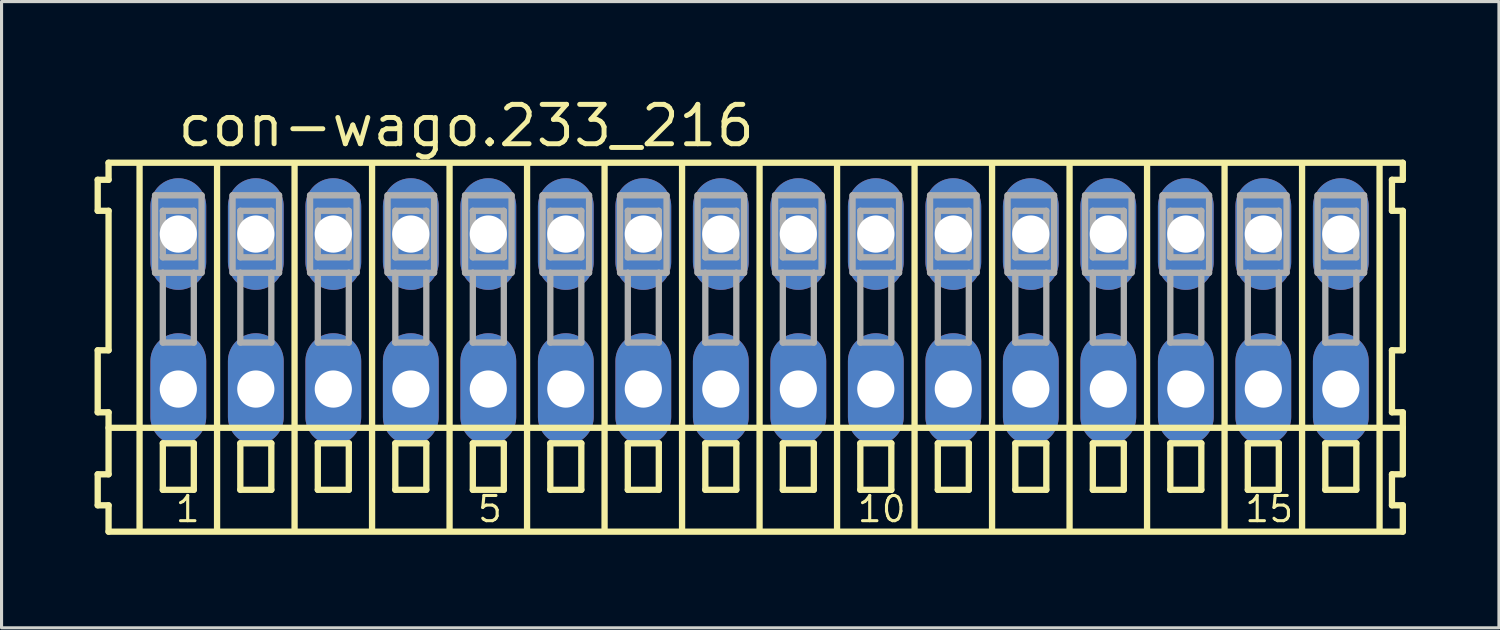
<source format=kicad_pcb>
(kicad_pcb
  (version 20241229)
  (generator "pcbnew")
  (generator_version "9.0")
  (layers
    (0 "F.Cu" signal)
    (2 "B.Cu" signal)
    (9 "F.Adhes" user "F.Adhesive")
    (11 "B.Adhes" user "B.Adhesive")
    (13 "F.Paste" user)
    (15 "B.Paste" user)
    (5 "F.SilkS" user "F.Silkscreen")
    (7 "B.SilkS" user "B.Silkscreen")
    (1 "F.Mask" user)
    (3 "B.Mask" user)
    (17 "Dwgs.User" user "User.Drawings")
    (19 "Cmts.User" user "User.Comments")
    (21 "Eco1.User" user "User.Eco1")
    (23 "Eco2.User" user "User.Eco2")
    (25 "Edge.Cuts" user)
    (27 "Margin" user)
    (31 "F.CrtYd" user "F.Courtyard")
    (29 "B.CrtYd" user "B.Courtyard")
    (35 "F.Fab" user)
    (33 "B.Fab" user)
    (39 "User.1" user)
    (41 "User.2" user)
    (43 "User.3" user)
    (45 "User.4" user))
  (footprint "con-wago.233_216"
    (layer "F.Cu")
    (at 21.452 7)
    (property "Reference" "con-wago.233_216" (at -18.85 -5.25 0) (layer "F.SilkS") (effects (font (size 1.27 1.27) (thickness 0.16)) (justify left bottom)))
    (attr through_hole)
    (fp_line (start -21.35 -4.25) (end -21.35 -3.25) (stroke (width 0.203) (type default)) (layer "F.SilkS"))
    (fp_line (start -21.35 -3.25) (end -21 -3.25) (stroke (width 0.203) (type default)) (layer "F.SilkS"))
    (fp_line (start -21.35 1.25) (end -21.35 3.25) (stroke (width 0.203) (type default)) (layer "F.SilkS"))
    (fp_line (start -21.35 3.25) (end -21 3.25) (stroke (width 0.203) (type default)) (layer "F.SilkS"))
    (fp_line (start -21.35 5.25) (end -21.35 6.25) (stroke (width 0.203) (type default)) (layer "F.SilkS"))
    (fp_line (start -21.35 6.25) (end -21 6.25) (stroke (width 0.203) (type default)) (layer "F.SilkS"))
    (fp_line (start -21 -4.8) (end -21 -4.25) (stroke (width 0.203) (type default)) (layer "F.SilkS"))
    (fp_line (start -21 -4.25) (end -21.35 -4.25) (stroke (width 0.203) (type default)) (layer "F.SilkS"))
    (fp_line (start -21 -3.25) (end -21 1.25) (stroke (width 0.203) (type default)) (layer "F.SilkS"))
    (fp_line (start -21 1.25) (end -21.35 1.25) (stroke (width 0.203) (type default)) (layer "F.SilkS"))
    (fp_line (start -21 3.25) (end -21 5.25) (stroke (width 0.203) (type default)) (layer "F.SilkS"))
    (fp_line (start -21 3.75) (end 20.75 3.75) (stroke (width 0.203) (type default)) (layer "F.SilkS"))
    (fp_line (start -21 5.25) (end -21.35 5.25) (stroke (width 0.203) (type default)) (layer "F.SilkS"))
    (fp_line (start -21 6.25) (end -21 7.1) (stroke (width 0.203) (type default)) (layer "F.SilkS"))
    (fp_line (start -21 7.1) (end 20.75 7.1) (stroke (width 0.203) (type default)) (layer "F.SilkS"))
    (fp_line (start -20 -4.75) (end -20 7) (stroke (width 0.203) (type default)) (layer "F.SilkS"))
    (fp_line (start -19.25 4.25) (end -19.25 5.75) (stroke (width 0.203) (type default)) (layer "F.SilkS"))
    (fp_line (start -19.25 5.75) (end -18.25 5.75) (stroke (width 0.203) (type default)) (layer "F.SilkS"))
    (fp_line (start -18.25 4.25) (end -19.25 4.25) (stroke (width 0.203) (type default)) (layer "F.SilkS"))
    (fp_line (start -18.25 5.75) (end -18.25 4.25) (stroke (width 0.203) (type default)) (layer "F.SilkS"))
    (fp_line (start -17.5 -4.75) (end -17.5 7) (stroke (width 0.203) (type default)) (layer "F.SilkS"))
    (fp_line (start -16.75 4.25) (end -16.75 5.75) (stroke (width 0.203) (type default)) (layer "F.SilkS"))
    (fp_line (start -16.75 5.75) (end -15.75 5.75) (stroke (width 0.203) (type default)) (layer "F.SilkS"))
    (fp_line (start -15.75 4.25) (end -16.75 4.25) (stroke (width 0.203) (type default)) (layer "F.SilkS"))
    (fp_line (start -15.75 5.75) (end -15.75 4.25) (stroke (width 0.203) (type default)) (layer "F.SilkS"))
    (fp_line (start -15 -4.75) (end -15 7) (stroke (width 0.203) (type default)) (layer "F.SilkS"))
    (fp_line (start -14.25 4.25) (end -14.25 5.75) (stroke (width 0.203) (type default)) (layer "F.SilkS"))
    (fp_line (start -14.25 5.75) (end -13.25 5.75) (stroke (width 0.203) (type default)) (layer "F.SilkS"))
    (fp_line (start -13.25 4.25) (end -14.25 4.25) (stroke (width 0.203) (type default)) (layer "F.SilkS"))
    (fp_line (start -13.25 5.75) (end -13.25 4.25) (stroke (width 0.203) (type default)) (layer "F.SilkS"))
    (fp_line (start -12.5 -4.75) (end -12.5 7) (stroke (width 0.203) (type default)) (layer "F.SilkS"))
    (fp_line (start -11.75 4.25) (end -11.75 5.75) (stroke (width 0.203) (type default)) (layer "F.SilkS"))
    (fp_line (start -11.75 5.75) (end -10.75 5.75) (stroke (width 0.203) (type default)) (layer "F.SilkS"))
    (fp_line (start -10.75 4.25) (end -11.75 4.25) (stroke (width 0.203) (type default)) (layer "F.SilkS"))
    (fp_line (start -10.75 5.75) (end -10.75 4.25) (stroke (width 0.203) (type default)) (layer "F.SilkS"))
    (fp_line (start -10 -4.75) (end -10 7) (stroke (width 0.203) (type default)) (layer "F.SilkS"))
    (fp_line (start -9.25 4.25) (end -9.25 5.75) (stroke (width 0.203) (type default)) (layer "F.SilkS"))
    (fp_line (start -9.25 5.75) (end -8.25 5.75) (stroke (width 0.203) (type default)) (layer "F.SilkS"))
    (fp_line (start -8.25 4.25) (end -9.25 4.25) (stroke (width 0.203) (type default)) (layer "F.SilkS"))
    (fp_line (start -8.25 5.75) (end -8.25 4.25) (stroke (width 0.203) (type default)) (layer "F.SilkS"))
    (fp_line (start -7.5 -4.75) (end -7.5 7) (stroke (width 0.203) (type default)) (layer "F.SilkS"))
    (fp_line (start -6.75 4.25) (end -6.75 5.75) (stroke (width 0.203) (type default)) (layer "F.SilkS"))
    (fp_line (start -6.75 5.75) (end -5.75 5.75) (stroke (width 0.203) (type default)) (layer "F.SilkS"))
    (fp_line (start -5.75 4.25) (end -6.75 4.25) (stroke (width 0.203) (type default)) (layer "F.SilkS"))
    (fp_line (start -5.75 5.75) (end -5.75 4.25) (stroke (width 0.203) (type default)) (layer "F.SilkS"))
    (fp_line (start -5 -4.75) (end -5 7) (stroke (width 0.203) (type default)) (layer "F.SilkS"))
    (fp_line (start -4.25 4.25) (end -4.25 5.75) (stroke (width 0.203) (type default)) (layer "F.SilkS"))
    (fp_line (start -4.25 5.75) (end -3.25 5.75) (stroke (width 0.203) (type default)) (layer "F.SilkS"))
    (fp_line (start -3.25 4.25) (end -4.25 4.25) (stroke (width 0.203) (type default)) (layer "F.SilkS"))
    (fp_line (start -3.25 5.75) (end -3.25 4.25) (stroke (width 0.203) (type default)) (layer "F.SilkS"))
    (fp_line (start -2.5 -4.75) (end -2.5 7) (stroke (width 0.203) (type default)) (layer "F.SilkS"))
    (fp_line (start -1.75 4.25) (end -1.75 5.75) (stroke (width 0.203) (type default)) (layer "F.SilkS"))
    (fp_line (start -1.75 5.75) (end -0.75 5.75) (stroke (width 0.203) (type default)) (layer "F.SilkS"))
    (fp_line (start -0.75 4.25) (end -1.75 4.25) (stroke (width 0.203) (type default)) (layer "F.SilkS"))
    (fp_line (start -0.75 5.75) (end -0.75 4.25) (stroke (width 0.203) (type default)) (layer "F.SilkS"))
    (fp_line (start 0 -4.75) (end 0 7) (stroke (width 0.203) (type default)) (layer "F.SilkS"))
    (fp_line (start 0.75 4.25) (end 0.75 5.75) (stroke (width 0.203) (type default)) (layer "F.SilkS"))
    (fp_line (start 0.75 5.75) (end 1.75 5.75) (stroke (width 0.203) (type default)) (layer "F.SilkS"))
    (fp_line (start 1.75 4.25) (end 0.75 4.25) (stroke (width 0.203) (type default)) (layer "F.SilkS"))
    (fp_line (start 1.75 5.75) (end 1.75 4.25) (stroke (width 0.203) (type default)) (layer "F.SilkS"))
    (fp_line (start 2.5 -4.75) (end 2.5 7) (stroke (width 0.203) (type default)) (layer "F.SilkS"))
    (fp_line (start 3.25 4.25) (end 3.25 5.75) (stroke (width 0.203) (type default)) (layer "F.SilkS"))
    (fp_line (start 3.25 5.75) (end 4.25 5.75) (stroke (width 0.203) (type default)) (layer "F.SilkS"))
    (fp_line (start 4.25 4.25) (end 3.25 4.25) (stroke (width 0.203) (type default)) (layer "F.SilkS"))
    (fp_line (start 4.25 5.75) (end 4.25 4.25) (stroke (width 0.203) (type default)) (layer "F.SilkS"))
    (fp_line (start 5 -4.75) (end 5 7) (stroke (width 0.203) (type default)) (layer "F.SilkS"))
    (fp_line (start 5.75 4.25) (end 5.75 5.75) (stroke (width 0.203) (type default)) (layer "F.SilkS"))
    (fp_line (start 5.75 5.75) (end 6.75 5.75) (stroke (width 0.203) (type default)) (layer "F.SilkS"))
    (fp_line (start 6.75 4.25) (end 5.75 4.25) (stroke (width 0.203) (type default)) (layer "F.SilkS"))
    (fp_line (start 6.75 5.75) (end 6.75 4.25) (stroke (width 0.203) (type default)) (layer "F.SilkS"))
    (fp_line (start 7.5 -4.75) (end 7.5 7) (stroke (width 0.203) (type default)) (layer "F.SilkS"))
    (fp_line (start 8.25 4.25) (end 8.25 5.75) (stroke (width 0.203) (type default)) (layer "F.SilkS"))
    (fp_line (start 8.25 5.75) (end 9.25 5.75) (stroke (width 0.203) (type default)) (layer "F.SilkS"))
    (fp_line (start 9.25 4.25) (end 8.25 4.25) (stroke (width 0.203) (type default)) (layer "F.SilkS"))
    (fp_line (start 9.25 5.75) (end 9.25 4.25) (stroke (width 0.203) (type default)) (layer "F.SilkS"))
    (fp_line (start 10 -4.75) (end 10 7) (stroke (width 0.203) (type default)) (layer "F.SilkS"))
    (fp_line (start 10.75 4.25) (end 10.75 5.75) (stroke (width 0.203) (type default)) (layer "F.SilkS"))
    (fp_line (start 10.75 5.75) (end 11.75 5.75) (stroke (width 0.203) (type default)) (layer "F.SilkS"))
    (fp_line (start 11.75 4.25) (end 10.75 4.25) (stroke (width 0.203) (type default)) (layer "F.SilkS"))
    (fp_line (start 11.75 5.75) (end 11.75 4.25) (stroke (width 0.203) (type default)) (layer "F.SilkS"))
    (fp_line (start 12.5 -4.75) (end 12.5 7) (stroke (width 0.203) (type default)) (layer "F.SilkS"))
    (fp_line (start 13.25 4.25) (end 13.25 5.75) (stroke (width 0.203) (type default)) (layer "F.SilkS"))
    (fp_line (start 13.25 5.75) (end 14.25 5.75) (stroke (width 0.203) (type default)) (layer "F.SilkS"))
    (fp_line (start 14.25 4.25) (end 13.25 4.25) (stroke (width 0.203) (type default)) (layer "F.SilkS"))
    (fp_line (start 14.25 5.75) (end 14.25 4.25) (stroke (width 0.203) (type default)) (layer "F.SilkS"))
    (fp_line (start 15 -4.75) (end 15 7) (stroke (width 0.203) (type default)) (layer "F.SilkS"))
    (fp_line (start 15.75 4.25) (end 15.75 5.75) (stroke (width 0.203) (type default)) (layer "F.SilkS"))
    (fp_line (start 15.75 5.75) (end 16.75 5.75) (stroke (width 0.203) (type default)) (layer "F.SilkS"))
    (fp_line (start 16.75 4.25) (end 15.75 4.25) (stroke (width 0.203) (type default)) (layer "F.SilkS"))
    (fp_line (start 16.75 5.75) (end 16.75 4.25) (stroke (width 0.203) (type default)) (layer "F.SilkS"))
    (fp_line (start 17.5 -4.75) (end 17.5 7) (stroke (width 0.203) (type default)) (layer "F.SilkS"))
    (fp_line (start 18.25 4.25) (end 18.25 5.75) (stroke (width 0.203) (type default)) (layer "F.SilkS"))
    (fp_line (start 18.25 5.75) (end 19.25 5.75) (stroke (width 0.203) (type default)) (layer "F.SilkS"))
    (fp_line (start 19.25 4.25) (end 18.25 4.25) (stroke (width 0.203) (type default)) (layer "F.SilkS"))
    (fp_line (start 19.25 5.75) (end 19.25 4.25) (stroke (width 0.203) (type default)) (layer "F.SilkS"))
    (fp_line (start 20 -4.75) (end 20 7) (stroke (width 0.203) (type default)) (layer "F.SilkS"))
    (fp_line (start 20.4 -4.25) (end 20.4 -3.25) (stroke (width 0.203) (type default)) (layer "F.SilkS"))
    (fp_line (start 20.4 -3.25) (end 20.75 -3.25) (stroke (width 0.203) (type default)) (layer "F.SilkS"))
    (fp_line (start 20.4 1.25) (end 20.4 3.25) (stroke (width 0.203) (type default)) (layer "F.SilkS"))
    (fp_line (start 20.4 3.25) (end 20.75 3.25) (stroke (width 0.203) (type default)) (layer "F.SilkS"))
    (fp_line (start 20.4 5.25) (end 20.4 6.25) (stroke (width 0.203) (type default)) (layer "F.SilkS"))
    (fp_line (start 20.4 6.25) (end 20.75 6.25) (stroke (width 0.203) (type default)) (layer "F.SilkS"))
    (fp_line (start 20.75 -4.8) (end -21 -4.8) (stroke (width 0.203) (type default)) (layer "F.SilkS"))
    (fp_line (start 20.75 -4.25) (end 20.4 -4.25) (stroke (width 0.203) (type default)) (layer "F.SilkS"))
    (fp_line (start 20.75 -4.25) (end 20.75 -4.8) (stroke (width 0.203) (type default)) (layer "F.SilkS"))
    (fp_line (start 20.75 1.25) (end 20.4 1.25) (stroke (width 0.203) (type default)) (layer "F.SilkS"))
    (fp_line (start 20.75 1.25) (end 20.75 -3.25) (stroke (width 0.203) (type default)) (layer "F.SilkS"))
    (fp_line (start 20.75 3.75) (end 20.75 3.25) (stroke (width 0.203) (type default)) (layer "F.SilkS"))
    (fp_line (start 20.75 5.25) (end 20.4 5.25) (stroke (width 0.203) (type default)) (layer "F.SilkS"))
    (fp_line (start 20.75 5.25) (end 20.75 3.75) (stroke (width 0.203) (type default)) (layer "F.SilkS"))
    (fp_line (start 20.75 7.1) (end 20.75 6.25) (stroke (width 0.203) (type default)) (layer "F.SilkS"))
    (fp_line (start -19.5 -3.75) (end -19.5 -1.25) (stroke (width 0.203) (type default)) (layer "F.Fab"))
    (fp_line (start -19.5 -1.25) (end -19.25 -1.25) (stroke (width 0.203) (type default)) (layer "F.Fab"))
    (fp_line (start -19.25 -3.25) (end -19.25 -1.75) (stroke (width 0.203) (type default)) (layer "F.Fab"))
    (fp_line (start -19.25 -1.75) (end -18.25 -1.75) (stroke (width 0.203) (type default)) (layer "F.Fab"))
    (fp_line (start -19.25 -1.25) (end -19.25 1) (stroke (width 0.203) (type default)) (layer "F.Fab"))
    (fp_line (start -19.25 -1.25) (end -18.25 -1.25) (stroke (width 0.203) (type default)) (layer "F.Fab"))
    (fp_line (start -19.25 1) (end -18.25 1) (stroke (width 0.203) (type default)) (layer "F.Fab"))
    (fp_line (start -18.25 -3.25) (end -19.25 -3.25) (stroke (width 0.203) (type default)) (layer "F.Fab"))
    (fp_line (start -18.25 -1.75) (end -18.25 -3.25) (stroke (width 0.203) (type default)) (layer "F.Fab"))
    (fp_line (start -18.25 -1.25) (end -18 -1.25) (stroke (width 0.203) (type default)) (layer "F.Fab"))
    (fp_line (start -18.25 1) (end -18.25 -1.25) (stroke (width 0.203) (type default)) (layer "F.Fab"))
    (fp_line (start -18 -3.75) (end -19.5 -3.75) (stroke (width 0.203) (type default)) (layer "F.Fab"))
    (fp_line (start -18 -1.25) (end -18 -3.75) (stroke (width 0.203) (type default)) (layer "F.Fab"))
    (fp_line (start -17 -3.75) (end -17 -1.25) (stroke (width 0.203) (type default)) (layer "F.Fab"))
    (fp_line (start -17 -1.25) (end -16.75 -1.25) (stroke (width 0.203) (type default)) (layer "F.Fab"))
    (fp_line (start -16.75 -3.25) (end -16.75 -1.75) (stroke (width 0.203) (type default)) (layer "F.Fab"))
    (fp_line (start -16.75 -1.75) (end -15.75 -1.75) (stroke (width 0.203) (type default)) (layer "F.Fab"))
    (fp_line (start -16.75 -1.25) (end -16.75 1) (stroke (width 0.203) (type default)) (layer "F.Fab"))
    (fp_line (start -16.75 -1.25) (end -15.75 -1.25) (stroke (width 0.203) (type default)) (layer "F.Fab"))
    (fp_line (start -16.75 1) (end -15.75 1) (stroke (width 0.203) (type default)) (layer "F.Fab"))
    (fp_line (start -15.75 -3.25) (end -16.75 -3.25) (stroke (width 0.203) (type default)) (layer "F.Fab"))
    (fp_line (start -15.75 -1.75) (end -15.75 -3.25) (stroke (width 0.203) (type default)) (layer "F.Fab"))
    (fp_line (start -15.75 -1.25) (end -15.5 -1.25) (stroke (width 0.203) (type default)) (layer "F.Fab"))
    (fp_line (start -15.75 1) (end -15.75 -1.25) (stroke (width 0.203) (type default)) (layer "F.Fab"))
    (fp_line (start -15.5 -3.75) (end -17 -3.75) (stroke (width 0.203) (type default)) (layer "F.Fab"))
    (fp_line (start -15.5 -1.25) (end -15.5 -3.75) (stroke (width 0.203) (type default)) (layer "F.Fab"))
    (fp_line (start -14.5 -3.75) (end -14.5 -1.25) (stroke (width 0.203) (type default)) (layer "F.Fab"))
    (fp_line (start -14.5 -1.25) (end -14.25 -1.25) (stroke (width 0.203) (type default)) (layer "F.Fab"))
    (fp_line (start -14.25 -3.25) (end -14.25 -1.75) (stroke (width 0.203) (type default)) (layer "F.Fab"))
    (fp_line (start -14.25 -1.75) (end -13.25 -1.75) (stroke (width 0.203) (type default)) (layer "F.Fab"))
    (fp_line (start -14.25 -1.25) (end -14.25 1) (stroke (width 0.203) (type default)) (layer "F.Fab"))
    (fp_line (start -14.25 -1.25) (end -13.25 -1.25) (stroke (width 0.203) (type default)) (layer "F.Fab"))
    (fp_line (start -14.25 1) (end -13.25 1) (stroke (width 0.203) (type default)) (layer "F.Fab"))
    (fp_line (start -13.25 -3.25) (end -14.25 -3.25) (stroke (width 0.203) (type default)) (layer "F.Fab"))
    (fp_line (start -13.25 -1.75) (end -13.25 -3.25) (stroke (width 0.203) (type default)) (layer "F.Fab"))
    (fp_line (start -13.25 -1.25) (end -13 -1.25) (stroke (width 0.203) (type default)) (layer "F.Fab"))
    (fp_line (start -13.25 1) (end -13.25 -1.25) (stroke (width 0.203) (type default)) (layer "F.Fab"))
    (fp_line (start -13 -3.75) (end -14.5 -3.75) (stroke (width 0.203) (type default)) (layer "F.Fab"))
    (fp_line (start -13 -1.25) (end -13 -3.75) (stroke (width 0.203) (type default)) (layer "F.Fab"))
    (fp_line (start -12 -3.75) (end -12 -1.25) (stroke (width 0.203) (type default)) (layer "F.Fab"))
    (fp_line (start -12 -1.25) (end -11.75 -1.25) (stroke (width 0.203) (type default)) (layer "F.Fab"))
    (fp_line (start -11.75 -3.25) (end -11.75 -1.75) (stroke (width 0.203) (type default)) (layer "F.Fab"))
    (fp_line (start -11.75 -1.75) (end -10.75 -1.75) (stroke (width 0.203) (type default)) (layer "F.Fab"))
    (fp_line (start -11.75 -1.25) (end -11.75 1) (stroke (width 0.203) (type default)) (layer "F.Fab"))
    (fp_line (start -11.75 -1.25) (end -10.75 -1.25) (stroke (width 0.203) (type default)) (layer "F.Fab"))
    (fp_line (start -11.75 1) (end -10.75 1) (stroke (width 0.203) (type default)) (layer "F.Fab"))
    (fp_line (start -10.75 -3.25) (end -11.75 -3.25) (stroke (width 0.203) (type default)) (layer "F.Fab"))
    (fp_line (start -10.75 -1.75) (end -10.75 -3.25) (stroke (width 0.203) (type default)) (layer "F.Fab"))
    (fp_line (start -10.75 -1.25) (end -10.5 -1.25) (stroke (width 0.203) (type default)) (layer "F.Fab"))
    (fp_line (start -10.75 1) (end -10.75 -1.25) (stroke (width 0.203) (type default)) (layer "F.Fab"))
    (fp_line (start -10.5 -3.75) (end -12 -3.75) (stroke (width 0.203) (type default)) (layer "F.Fab"))
    (fp_line (start -10.5 -1.25) (end -10.5 -3.75) (stroke (width 0.203) (type default)) (layer "F.Fab"))
    (fp_line (start -9.5 -3.75) (end -9.5 -1.25) (stroke (width 0.203) (type default)) (layer "F.Fab"))
    (fp_line (start -9.5 -1.25) (end -9.25 -1.25) (stroke (width 0.203) (type default)) (layer "F.Fab"))
    (fp_line (start -9.25 -3.25) (end -9.25 -1.75) (stroke (width 0.203) (type default)) (layer "F.Fab"))
    (fp_line (start -9.25 -1.75) (end -8.25 -1.75) (stroke (width 0.203) (type default)) (layer "F.Fab"))
    (fp_line (start -9.25 -1.25) (end -9.25 1) (stroke (width 0.203) (type default)) (layer "F.Fab"))
    (fp_line (start -9.25 -1.25) (end -8.25 -1.25) (stroke (width 0.203) (type default)) (layer "F.Fab"))
    (fp_line (start -9.25 1) (end -8.25 1) (stroke (width 0.203) (type default)) (layer "F.Fab"))
    (fp_line (start -8.25 -3.25) (end -9.25 -3.25) (stroke (width 0.203) (type default)) (layer "F.Fab"))
    (fp_line (start -8.25 -1.75) (end -8.25 -3.25) (stroke (width 0.203) (type default)) (layer "F.Fab"))
    (fp_line (start -8.25 -1.25) (end -8 -1.25) (stroke (width 0.203) (type default)) (layer "F.Fab"))
    (fp_line (start -8.25 1) (end -8.25 -1.25) (stroke (width 0.203) (type default)) (layer "F.Fab"))
    (fp_line (start -8 -3.75) (end -9.5 -3.75) (stroke (width 0.203) (type default)) (layer "F.Fab"))
    (fp_line (start -8 -1.25) (end -8 -3.75) (stroke (width 0.203) (type default)) (layer "F.Fab"))
    (fp_line (start -7 -3.75) (end -7 -1.25) (stroke (width 0.203) (type default)) (layer "F.Fab"))
    (fp_line (start -7 -1.25) (end -6.75 -1.25) (stroke (width 0.203) (type default)) (layer "F.Fab"))
    (fp_line (start -6.75 -3.25) (end -6.75 -1.75) (stroke (width 0.203) (type default)) (layer "F.Fab"))
    (fp_line (start -6.75 -1.75) (end -5.75 -1.75) (stroke (width 0.203) (type default)) (layer "F.Fab"))
    (fp_line (start -6.75 -1.25) (end -6.75 1) (stroke (width 0.203) (type default)) (layer "F.Fab"))
    (fp_line (start -6.75 -1.25) (end -5.75 -1.25) (stroke (width 0.203) (type default)) (layer "F.Fab"))
    (fp_line (start -6.75 1) (end -5.75 1) (stroke (width 0.203) (type default)) (layer "F.Fab"))
    (fp_line (start -5.75 -3.25) (end -6.75 -3.25) (stroke (width 0.203) (type default)) (layer "F.Fab"))
    (fp_line (start -5.75 -1.75) (end -5.75 -3.25) (stroke (width 0.203) (type default)) (layer "F.Fab"))
    (fp_line (start -5.75 -1.25) (end -5.5 -1.25) (stroke (width 0.203) (type default)) (layer "F.Fab"))
    (fp_line (start -5.75 1) (end -5.75 -1.25) (stroke (width 0.203) (type default)) (layer "F.Fab"))
    (fp_line (start -5.5 -3.75) (end -7 -3.75) (stroke (width 0.203) (type default)) (layer "F.Fab"))
    (fp_line (start -5.5 -1.25) (end -5.5 -3.75) (stroke (width 0.203) (type default)) (layer "F.Fab"))
    (fp_line (start -4.5 -3.75) (end -4.5 -1.25) (stroke (width 0.203) (type default)) (layer "F.Fab"))
    (fp_line (start -4.5 -1.25) (end -4.25 -1.25) (stroke (width 0.203) (type default)) (layer "F.Fab"))
    (fp_line (start -4.25 -3.25) (end -4.25 -1.75) (stroke (width 0.203) (type default)) (layer "F.Fab"))
    (fp_line (start -4.25 -1.75) (end -3.25 -1.75) (stroke (width 0.203) (type default)) (layer "F.Fab"))
    (fp_line (start -4.25 -1.25) (end -4.25 1) (stroke (width 0.203) (type default)) (layer "F.Fab"))
    (fp_line (start -4.25 -1.25) (end -3.25 -1.25) (stroke (width 0.203) (type default)) (layer "F.Fab"))
    (fp_line (start -4.25 1) (end -3.25 1) (stroke (width 0.203) (type default)) (layer "F.Fab"))
    (fp_line (start -3.25 -3.25) (end -4.25 -3.25) (stroke (width 0.203) (type default)) (layer "F.Fab"))
    (fp_line (start -3.25 -1.75) (end -3.25 -3.25) (stroke (width 0.203) (type default)) (layer "F.Fab"))
    (fp_line (start -3.25 -1.25) (end -3 -1.25) (stroke (width 0.203) (type default)) (layer "F.Fab"))
    (fp_line (start -3.25 1) (end -3.25 -1.25) (stroke (width 0.203) (type default)) (layer "F.Fab"))
    (fp_line (start -3 -3.75) (end -4.5 -3.75) (stroke (width 0.203) (type default)) (layer "F.Fab"))
    (fp_line (start -3 -1.25) (end -3 -3.75) (stroke (width 0.203) (type default)) (layer "F.Fab"))
    (fp_line (start -2 -3.75) (end -2 -1.25) (stroke (width 0.203) (type default)) (layer "F.Fab"))
    (fp_line (start -2 -1.25) (end -1.75 -1.25) (stroke (width 0.203) (type default)) (layer "F.Fab"))
    (fp_line (start -1.75 -3.25) (end -1.75 -1.75) (stroke (width 0.203) (type default)) (layer "F.Fab"))
    (fp_line (start -1.75 -1.75) (end -0.75 -1.75) (stroke (width 0.203) (type default)) (layer "F.Fab"))
    (fp_line (start -1.75 -1.25) (end -1.75 1) (stroke (width 0.203) (type default)) (layer "F.Fab"))
    (fp_line (start -1.75 -1.25) (end -0.75 -1.25) (stroke (width 0.203) (type default)) (layer "F.Fab"))
    (fp_line (start -1.75 1) (end -0.75 1) (stroke (width 0.203) (type default)) (layer "F.Fab"))
    (fp_line (start -0.75 -3.25) (end -1.75 -3.25) (stroke (width 0.203) (type default)) (layer "F.Fab"))
    (fp_line (start -0.75 -1.75) (end -0.75 -3.25) (stroke (width 0.203) (type default)) (layer "F.Fab"))
    (fp_line (start -0.75 -1.25) (end -0.5 -1.25) (stroke (width 0.203) (type default)) (layer "F.Fab"))
    (fp_line (start -0.75 1) (end -0.75 -1.25) (stroke (width 0.203) (type default)) (layer "F.Fab"))
    (fp_line (start -0.5 -3.75) (end -2 -3.75) (stroke (width 0.203) (type default)) (layer "F.Fab"))
    (fp_line (start -0.5 -1.25) (end -0.5 -3.75) (stroke (width 0.203) (type default)) (layer "F.Fab"))
    (fp_line (start 0.5 -3.75) (end 0.5 -1.25) (stroke (width 0.203) (type default)) (layer "F.Fab"))
    (fp_line (start 0.5 -1.25) (end 0.75 -1.25) (stroke (width 0.203) (type default)) (layer "F.Fab"))
    (fp_line (start 0.75 -3.25) (end 0.75 -1.75) (stroke (width 0.203) (type default)) (layer "F.Fab"))
    (fp_line (start 0.75 -1.75) (end 1.75 -1.75) (stroke (width 0.203) (type default)) (layer "F.Fab"))
    (fp_line (start 0.75 -1.25) (end 0.75 1) (stroke (width 0.203) (type default)) (layer "F.Fab"))
    (fp_line (start 0.75 -1.25) (end 1.75 -1.25) (stroke (width 0.203) (type default)) (layer "F.Fab"))
    (fp_line (start 0.75 1) (end 1.75 1) (stroke (width 0.203) (type default)) (layer "F.Fab"))
    (fp_line (start 1.75 -3.25) (end 0.75 -3.25) (stroke (width 0.203) (type default)) (layer "F.Fab"))
    (fp_line (start 1.75 -1.75) (end 1.75 -3.25) (stroke (width 0.203) (type default)) (layer "F.Fab"))
    (fp_line (start 1.75 -1.25) (end 2 -1.25) (stroke (width 0.203) (type default)) (layer "F.Fab"))
    (fp_line (start 1.75 1) (end 1.75 -1.25) (stroke (width 0.203) (type default)) (layer "F.Fab"))
    (fp_line (start 2 -3.75) (end 0.5 -3.75) (stroke (width 0.203) (type default)) (layer "F.Fab"))
    (fp_line (start 2 -1.25) (end 2 -3.75) (stroke (width 0.203) (type default)) (layer "F.Fab"))
    (fp_line (start 3 -3.75) (end 3 -1.25) (stroke (width 0.203) (type default)) (layer "F.Fab"))
    (fp_line (start 3 -1.25) (end 3.25 -1.25) (stroke (width 0.203) (type default)) (layer "F.Fab"))
    (fp_line (start 3.25 -3.25) (end 3.25 -1.75) (stroke (width 0.203) (type default)) (layer "F.Fab"))
    (fp_line (start 3.25 -1.75) (end 4.25 -1.75) (stroke (width 0.203) (type default)) (layer "F.Fab"))
    (fp_line (start 3.25 -1.25) (end 3.25 1) (stroke (width 0.203) (type default)) (layer "F.Fab"))
    (fp_line (start 3.25 -1.25) (end 4.25 -1.25) (stroke (width 0.203) (type default)) (layer "F.Fab"))
    (fp_line (start 3.25 1) (end 4.25 1) (stroke (width 0.203) (type default)) (layer "F.Fab"))
    (fp_line (start 4.25 -3.25) (end 3.25 -3.25) (stroke (width 0.203) (type default)) (layer "F.Fab"))
    (fp_line (start 4.25 -1.75) (end 4.25 -3.25) (stroke (width 0.203) (type default)) (layer "F.Fab"))
    (fp_line (start 4.25 -1.25) (end 4.5 -1.25) (stroke (width 0.203) (type default)) (layer "F.Fab"))
    (fp_line (start 4.25 1) (end 4.25 -1.25) (stroke (width 0.203) (type default)) (layer "F.Fab"))
    (fp_line (start 4.5 -3.75) (end 3 -3.75) (stroke (width 0.203) (type default)) (layer "F.Fab"))
    (fp_line (start 4.5 -1.25) (end 4.5 -3.75) (stroke (width 0.203) (type default)) (layer "F.Fab"))
    (fp_line (start 5.5 -3.75) (end 5.5 -1.25) (stroke (width 0.203) (type default)) (layer "F.Fab"))
    (fp_line (start 5.5 -1.25) (end 5.75 -1.25) (stroke (width 0.203) (type default)) (layer "F.Fab"))
    (fp_line (start 5.75 -3.25) (end 5.75 -1.75) (stroke (width 0.203) (type default)) (layer "F.Fab"))
    (fp_line (start 5.75 -1.75) (end 6.75 -1.75) (stroke (width 0.203) (type default)) (layer "F.Fab"))
    (fp_line (start 5.75 -1.25) (end 5.75 1) (stroke (width 0.203) (type default)) (layer "F.Fab"))
    (fp_line (start 5.75 -1.25) (end 6.75 -1.25) (stroke (width 0.203) (type default)) (layer "F.Fab"))
    (fp_line (start 5.75 1) (end 6.75 1) (stroke (width 0.203) (type default)) (layer "F.Fab"))
    (fp_line (start 6.75 -3.25) (end 5.75 -3.25) (stroke (width 0.203) (type default)) (layer "F.Fab"))
    (fp_line (start 6.75 -1.75) (end 6.75 -3.25) (stroke (width 0.203) (type default)) (layer "F.Fab"))
    (fp_line (start 6.75 -1.25) (end 7 -1.25) (stroke (width 0.203) (type default)) (layer "F.Fab"))
    (fp_line (start 6.75 1) (end 6.75 -1.25) (stroke (width 0.203) (type default)) (layer "F.Fab"))
    (fp_line (start 7 -3.75) (end 5.5 -3.75) (stroke (width 0.203) (type default)) (layer "F.Fab"))
    (fp_line (start 7 -1.25) (end 7 -3.75) (stroke (width 0.203) (type default)) (layer "F.Fab"))
    (fp_line (start 8 -3.75) (end 8 -1.25) (stroke (width 0.203) (type default)) (layer "F.Fab"))
    (fp_line (start 8 -1.25) (end 8.25 -1.25) (stroke (width 0.203) (type default)) (layer "F.Fab"))
    (fp_line (start 8.25 -3.25) (end 8.25 -1.75) (stroke (width 0.203) (type default)) (layer "F.Fab"))
    (fp_line (start 8.25 -1.75) (end 9.25 -1.75) (stroke (width 0.203) (type default)) (layer "F.Fab"))
    (fp_line (start 8.25 -1.25) (end 8.25 1) (stroke (width 0.203) (type default)) (layer "F.Fab"))
    (fp_line (start 8.25 -1.25) (end 9.25 -1.25) (stroke (width 0.203) (type default)) (layer "F.Fab"))
    (fp_line (start 8.25 1) (end 9.25 1) (stroke (width 0.203) (type default)) (layer "F.Fab"))
    (fp_line (start 9.25 -3.25) (end 8.25 -3.25) (stroke (width 0.203) (type default)) (layer "F.Fab"))
    (fp_line (start 9.25 -1.75) (end 9.25 -3.25) (stroke (width 0.203) (type default)) (layer "F.Fab"))
    (fp_line (start 9.25 -1.25) (end 9.5 -1.25) (stroke (width 0.203) (type default)) (layer "F.Fab"))
    (fp_line (start 9.25 1) (end 9.25 -1.25) (stroke (width 0.203) (type default)) (layer "F.Fab"))
    (fp_line (start 9.5 -3.75) (end 8 -3.75) (stroke (width 0.203) (type default)) (layer "F.Fab"))
    (fp_line (start 9.5 -1.25) (end 9.5 -3.75) (stroke (width 0.203) (type default)) (layer "F.Fab"))
    (fp_line (start 10.5 -3.75) (end 10.5 -1.25) (stroke (width 0.203) (type default)) (layer "F.Fab"))
    (fp_line (start 10.5 -1.25) (end 10.75 -1.25) (stroke (width 0.203) (type default)) (layer "F.Fab"))
    (fp_line (start 10.75 -3.25) (end 10.75 -1.75) (stroke (width 0.203) (type default)) (layer "F.Fab"))
    (fp_line (start 10.75 -1.75) (end 11.75 -1.75) (stroke (width 0.203) (type default)) (layer "F.Fab"))
    (fp_line (start 10.75 -1.25) (end 10.75 1) (stroke (width 0.203) (type default)) (layer "F.Fab"))
    (fp_line (start 10.75 -1.25) (end 11.75 -1.25) (stroke (width 0.203) (type default)) (layer "F.Fab"))
    (fp_line (start 10.75 1) (end 11.75 1) (stroke (width 0.203) (type default)) (layer "F.Fab"))
    (fp_line (start 11.75 -3.25) (end 10.75 -3.25) (stroke (width 0.203) (type default)) (layer "F.Fab"))
    (fp_line (start 11.75 -1.75) (end 11.75 -3.25) (stroke (width 0.203) (type default)) (layer "F.Fab"))
    (fp_line (start 11.75 -1.25) (end 12 -1.25) (stroke (width 0.203) (type default)) (layer "F.Fab"))
    (fp_line (start 11.75 1) (end 11.75 -1.25) (stroke (width 0.203) (type default)) (layer "F.Fab"))
    (fp_line (start 12 -3.75) (end 10.5 -3.75) (stroke (width 0.203) (type default)) (layer "F.Fab"))
    (fp_line (start 12 -1.25) (end 12 -3.75) (stroke (width 0.203) (type default)) (layer "F.Fab"))
    (fp_line (start 13 -3.75) (end 13 -1.25) (stroke (width 0.203) (type default)) (layer "F.Fab"))
    (fp_line (start 13 -1.25) (end 13.25 -1.25) (stroke (width 0.203) (type default)) (layer "F.Fab"))
    (fp_line (start 13.25 -3.25) (end 13.25 -1.75) (stroke (width 0.203) (type default)) (layer "F.Fab"))
    (fp_line (start 13.25 -1.75) (end 14.25 -1.75) (stroke (width 0.203) (type default)) (layer "F.Fab"))
    (fp_line (start 13.25 -1.25) (end 13.25 1) (stroke (width 0.203) (type default)) (layer "F.Fab"))
    (fp_line (start 13.25 -1.25) (end 14.25 -1.25) (stroke (width 0.203) (type default)) (layer "F.Fab"))
    (fp_line (start 13.25 1) (end 14.25 1) (stroke (width 0.203) (type default)) (layer "F.Fab"))
    (fp_line (start 14.25 -3.25) (end 13.25 -3.25) (stroke (width 0.203) (type default)) (layer "F.Fab"))
    (fp_line (start 14.25 -1.75) (end 14.25 -3.25) (stroke (width 0.203) (type default)) (layer "F.Fab"))
    (fp_line (start 14.25 -1.25) (end 14.5 -1.25) (stroke (width 0.203) (type default)) (layer "F.Fab"))
    (fp_line (start 14.25 1) (end 14.25 -1.25) (stroke (width 0.203) (type default)) (layer "F.Fab"))
    (fp_line (start 14.5 -3.75) (end 13 -3.75) (stroke (width 0.203) (type default)) (layer "F.Fab"))
    (fp_line (start 14.5 -1.25) (end 14.5 -3.75) (stroke (width 0.203) (type default)) (layer "F.Fab"))
    (fp_line (start 15.5 -3.75) (end 15.5 -1.25) (stroke (width 0.203) (type default)) (layer "F.Fab"))
    (fp_line (start 15.5 -1.25) (end 15.75 -1.25) (stroke (width 0.203) (type default)) (layer "F.Fab"))
    (fp_line (start 15.75 -3.25) (end 15.75 -1.75) (stroke (width 0.203) (type default)) (layer "F.Fab"))
    (fp_line (start 15.75 -1.75) (end 16.75 -1.75) (stroke (width 0.203) (type default)) (layer "F.Fab"))
    (fp_line (start 15.75 -1.25) (end 15.75 1) (stroke (width 0.203) (type default)) (layer "F.Fab"))
    (fp_line (start 15.75 -1.25) (end 16.75 -1.25) (stroke (width 0.203) (type default)) (layer "F.Fab"))
    (fp_line (start 15.75 1) (end 16.75 1) (stroke (width 0.203) (type default)) (layer "F.Fab"))
    (fp_line (start 16.75 -3.25) (end 15.75 -3.25) (stroke (width 0.203) (type default)) (layer "F.Fab"))
    (fp_line (start 16.75 -1.75) (end 16.75 -3.25) (stroke (width 0.203) (type default)) (layer "F.Fab"))
    (fp_line (start 16.75 -1.25) (end 17 -1.25) (stroke (width 0.203) (type default)) (layer "F.Fab"))
    (fp_line (start 16.75 1) (end 16.75 -1.25) (stroke (width 0.203) (type default)) (layer "F.Fab"))
    (fp_line (start 17 -3.75) (end 15.5 -3.75) (stroke (width 0.203) (type default)) (layer "F.Fab"))
    (fp_line (start 17 -1.25) (end 17 -3.75) (stroke (width 0.203) (type default)) (layer "F.Fab"))
    (fp_line (start 18 -3.75) (end 18 -1.25) (stroke (width 0.203) (type default)) (layer "F.Fab"))
    (fp_line (start 18 -1.25) (end 18.25 -1.25) (stroke (width 0.203) (type default)) (layer "F.Fab"))
    (fp_line (start 18.25 -3.25) (end 18.25 -1.75) (stroke (width 0.203) (type default)) (layer "F.Fab"))
    (fp_line (start 18.25 -1.75) (end 19.25 -1.75) (stroke (width 0.203) (type default)) (layer "F.Fab"))
    (fp_line (start 18.25 -1.25) (end 18.25 1) (stroke (width 0.203) (type default)) (layer "F.Fab"))
    (fp_line (start 18.25 -1.25) (end 19.25 -1.25) (stroke (width 0.203) (type default)) (layer "F.Fab"))
    (fp_line (start 18.25 1) (end 19.25 1) (stroke (width 0.203) (type default)) (layer "F.Fab"))
    (fp_line (start 19.25 -3.25) (end 18.25 -3.25) (stroke (width 0.203) (type default)) (layer "F.Fab"))
    (fp_line (start 19.25 -1.75) (end 19.25 -3.25) (stroke (width 0.203) (type default)) (layer "F.Fab"))
    (fp_line (start 19.25 -1.25) (end 19.5 -1.25) (stroke (width 0.203) (type default)) (layer "F.Fab"))
    (fp_line (start 19.25 1) (end 19.25 -1.25) (stroke (width 0.203) (type default)) (layer "F.Fab"))
    (fp_line (start 19.5 -3.75) (end 18 -3.75) (stroke (width 0.203) (type default)) (layer "F.Fab"))
    (fp_line (start 19.5 -1.25) (end 19.5 -3.75) (stroke (width 0.203) (type default)) (layer "F.Fab"))
    (fp_text user "1" (at -18.9 6.85 0) (layer "F.SilkS") (effects (font (size 0.813 0.813) (thickness 0.1)) (justify left bottom)))
    (fp_text user "15" (at 15.6 6.85 0) (layer "F.SilkS") (effects (font (size 0.813 0.813) (thickness 0.1)) (justify left bottom)))
    (fp_text user "5" (at -9.15 6.85 0) (layer "F.SilkS") (effects (font (size 0.813 0.813) (thickness 0.1)) (justify left bottom)))
    (fp_text user "10" (at 3.1 6.85 0) (layer "F.SilkS") (effects (font (size 0.813 0.813) (thickness 0.1)) (justify left bottom)))
    (pad "A1" thru_hole oval (at -18.75 -2.5 90) (size 3.6 1.8) (drill 1.2) (layers "*.Cu" "*.Mask"))
    (pad "A2" thru_hole oval (at -16.25 -2.5 90) (size 3.6 1.8) (drill 1.2) (layers "*.Cu" "*.Mask"))
    (pad "A3" thru_hole oval (at -13.75 -2.5 90) (size 3.6 1.8) (drill 1.2) (layers "*.Cu" "*.Mask"))
    (pad "A4" thru_hole oval (at -11.25 -2.5 90) (size 3.6 1.8) (drill 1.2) (layers "*.Cu" "*.Mask"))
    (pad "A5" thru_hole oval (at -8.75 -2.5 90) (size 3.6 1.8) (drill 1.2) (layers "*.Cu" "*.Mask"))
    (pad "A6" thru_hole oval (at -6.25 -2.5 90) (size 3.6 1.8) (drill 1.2) (layers "*.Cu" "*.Mask"))
    (pad "A7" thru_hole oval (at -3.75 -2.5 90) (size 3.6 1.8) (drill 1.2) (layers "*.Cu" "*.Mask"))
    (pad "A8" thru_hole oval (at -1.25 -2.5 90) (size 3.6 1.8) (drill 1.2) (layers "*.Cu" "*.Mask"))
    (pad "A9" thru_hole oval (at 1.25 -2.5 90) (size 3.6 1.8) (drill 1.2) (layers "*.Cu" "*.Mask"))
    (pad "A10" thru_hole oval (at 3.75 -2.5 90) (size 3.6 1.8) (drill 1.2) (layers "*.Cu" "*.Mask"))
    (pad "A11" thru_hole oval (at 6.25 -2.5 90) (size 3.6 1.8) (drill 1.2) (layers "*.Cu" "*.Mask"))
    (pad "A12" thru_hole oval (at 8.75 -2.5 90) (size 3.6 1.8) (drill 1.2) (layers "*.Cu" "*.Mask"))
    (pad "A13" thru_hole oval (at 11.25 -2.5 90) (size 3.6 1.8) (drill 1.2) (layers "*.Cu" "*.Mask"))
    (pad "A14" thru_hole oval (at 13.75 -2.5 90) (size 3.6 1.8) (drill 1.2) (layers "*.Cu" "*.Mask"))
    (pad "A15" thru_hole oval (at 16.25 -2.5 90) (size 3.6 1.8) (drill 1.2) (layers "*.Cu" "*.Mask"))
    (pad "A16" thru_hole oval (at 18.75 -2.5 90) (size 3.6 1.8) (drill 1.2) (layers "*.Cu" "*.Mask"))
    (pad "B1" thru_hole oval (at -18.75 2.5 90) (size 3.6 1.8) (drill 1.2) (layers "*.Cu" "*.Mask"))
    (pad "B2" thru_hole oval (at -16.25 2.5 90) (size 3.6 1.8) (drill 1.2) (layers "*.Cu" "*.Mask"))
    (pad "B3" thru_hole oval (at -13.75 2.5 90) (size 3.6 1.8) (drill 1.2) (layers "*.Cu" "*.Mask"))
    (pad "B4" thru_hole oval (at -11.25 2.5 90) (size 3.6 1.8) (drill 1.2) (layers "*.Cu" "*.Mask"))
    (pad "B5" thru_hole oval (at -8.75 2.5 90) (size 3.6 1.8) (drill 1.2) (layers "*.Cu" "*.Mask"))
    (pad "B6" thru_hole oval (at -6.25 2.5 90) (size 3.6 1.8) (drill 1.2) (layers "*.Cu" "*.Mask"))
    (pad "B7" thru_hole oval (at -3.75 2.5 90) (size 3.6 1.8) (drill 1.2) (layers "*.Cu" "*.Mask"))
    (pad "B8" thru_hole oval (at -1.25 2.5 90) (size 3.6 1.8) (drill 1.2) (layers "*.Cu" "*.Mask"))
    (pad "B9" thru_hole oval (at 1.25 2.5 90) (size 3.6 1.8) (drill 1.2) (layers "*.Cu" "*.Mask"))
    (pad "B10" thru_hole oval (at 3.75 2.5 90) (size 3.6 1.8) (drill 1.2) (layers "*.Cu" "*.Mask"))
    (pad "B11" thru_hole oval (at 6.25 2.5 90) (size 3.6 1.8) (drill 1.2) (layers "*.Cu" "*.Mask"))
    (pad "B12" thru_hole oval (at 8.75 2.5 90) (size 3.6 1.8) (drill 1.2) (layers "*.Cu" "*.Mask"))
    (pad "B13" thru_hole oval (at 11.25 2.5 90) (size 3.6 1.8) (drill 1.2) (layers "*.Cu" "*.Mask"))
    (pad "B14" thru_hole oval (at 13.75 2.5 90) (size 3.6 1.8) (drill 1.2) (layers "*.Cu" "*.Mask"))
    (pad "B15" thru_hole oval (at 16.25 2.5 90) (size 3.6 1.8) (drill 1.2) (layers "*.Cu" "*.Mask"))
    (pad "B16" thru_hole oval (at 18.75 2.5 90) (size 3.6 1.8) (drill 1.2) (layers "*.Cu" "*.Mask")))
  (gr_rect
    (start -3 -3)
    (end 45.303 17.202)
    (stroke (width 0.1) (type default))
    (fill no)
    (layer "Edge.Cuts")))
</source>
